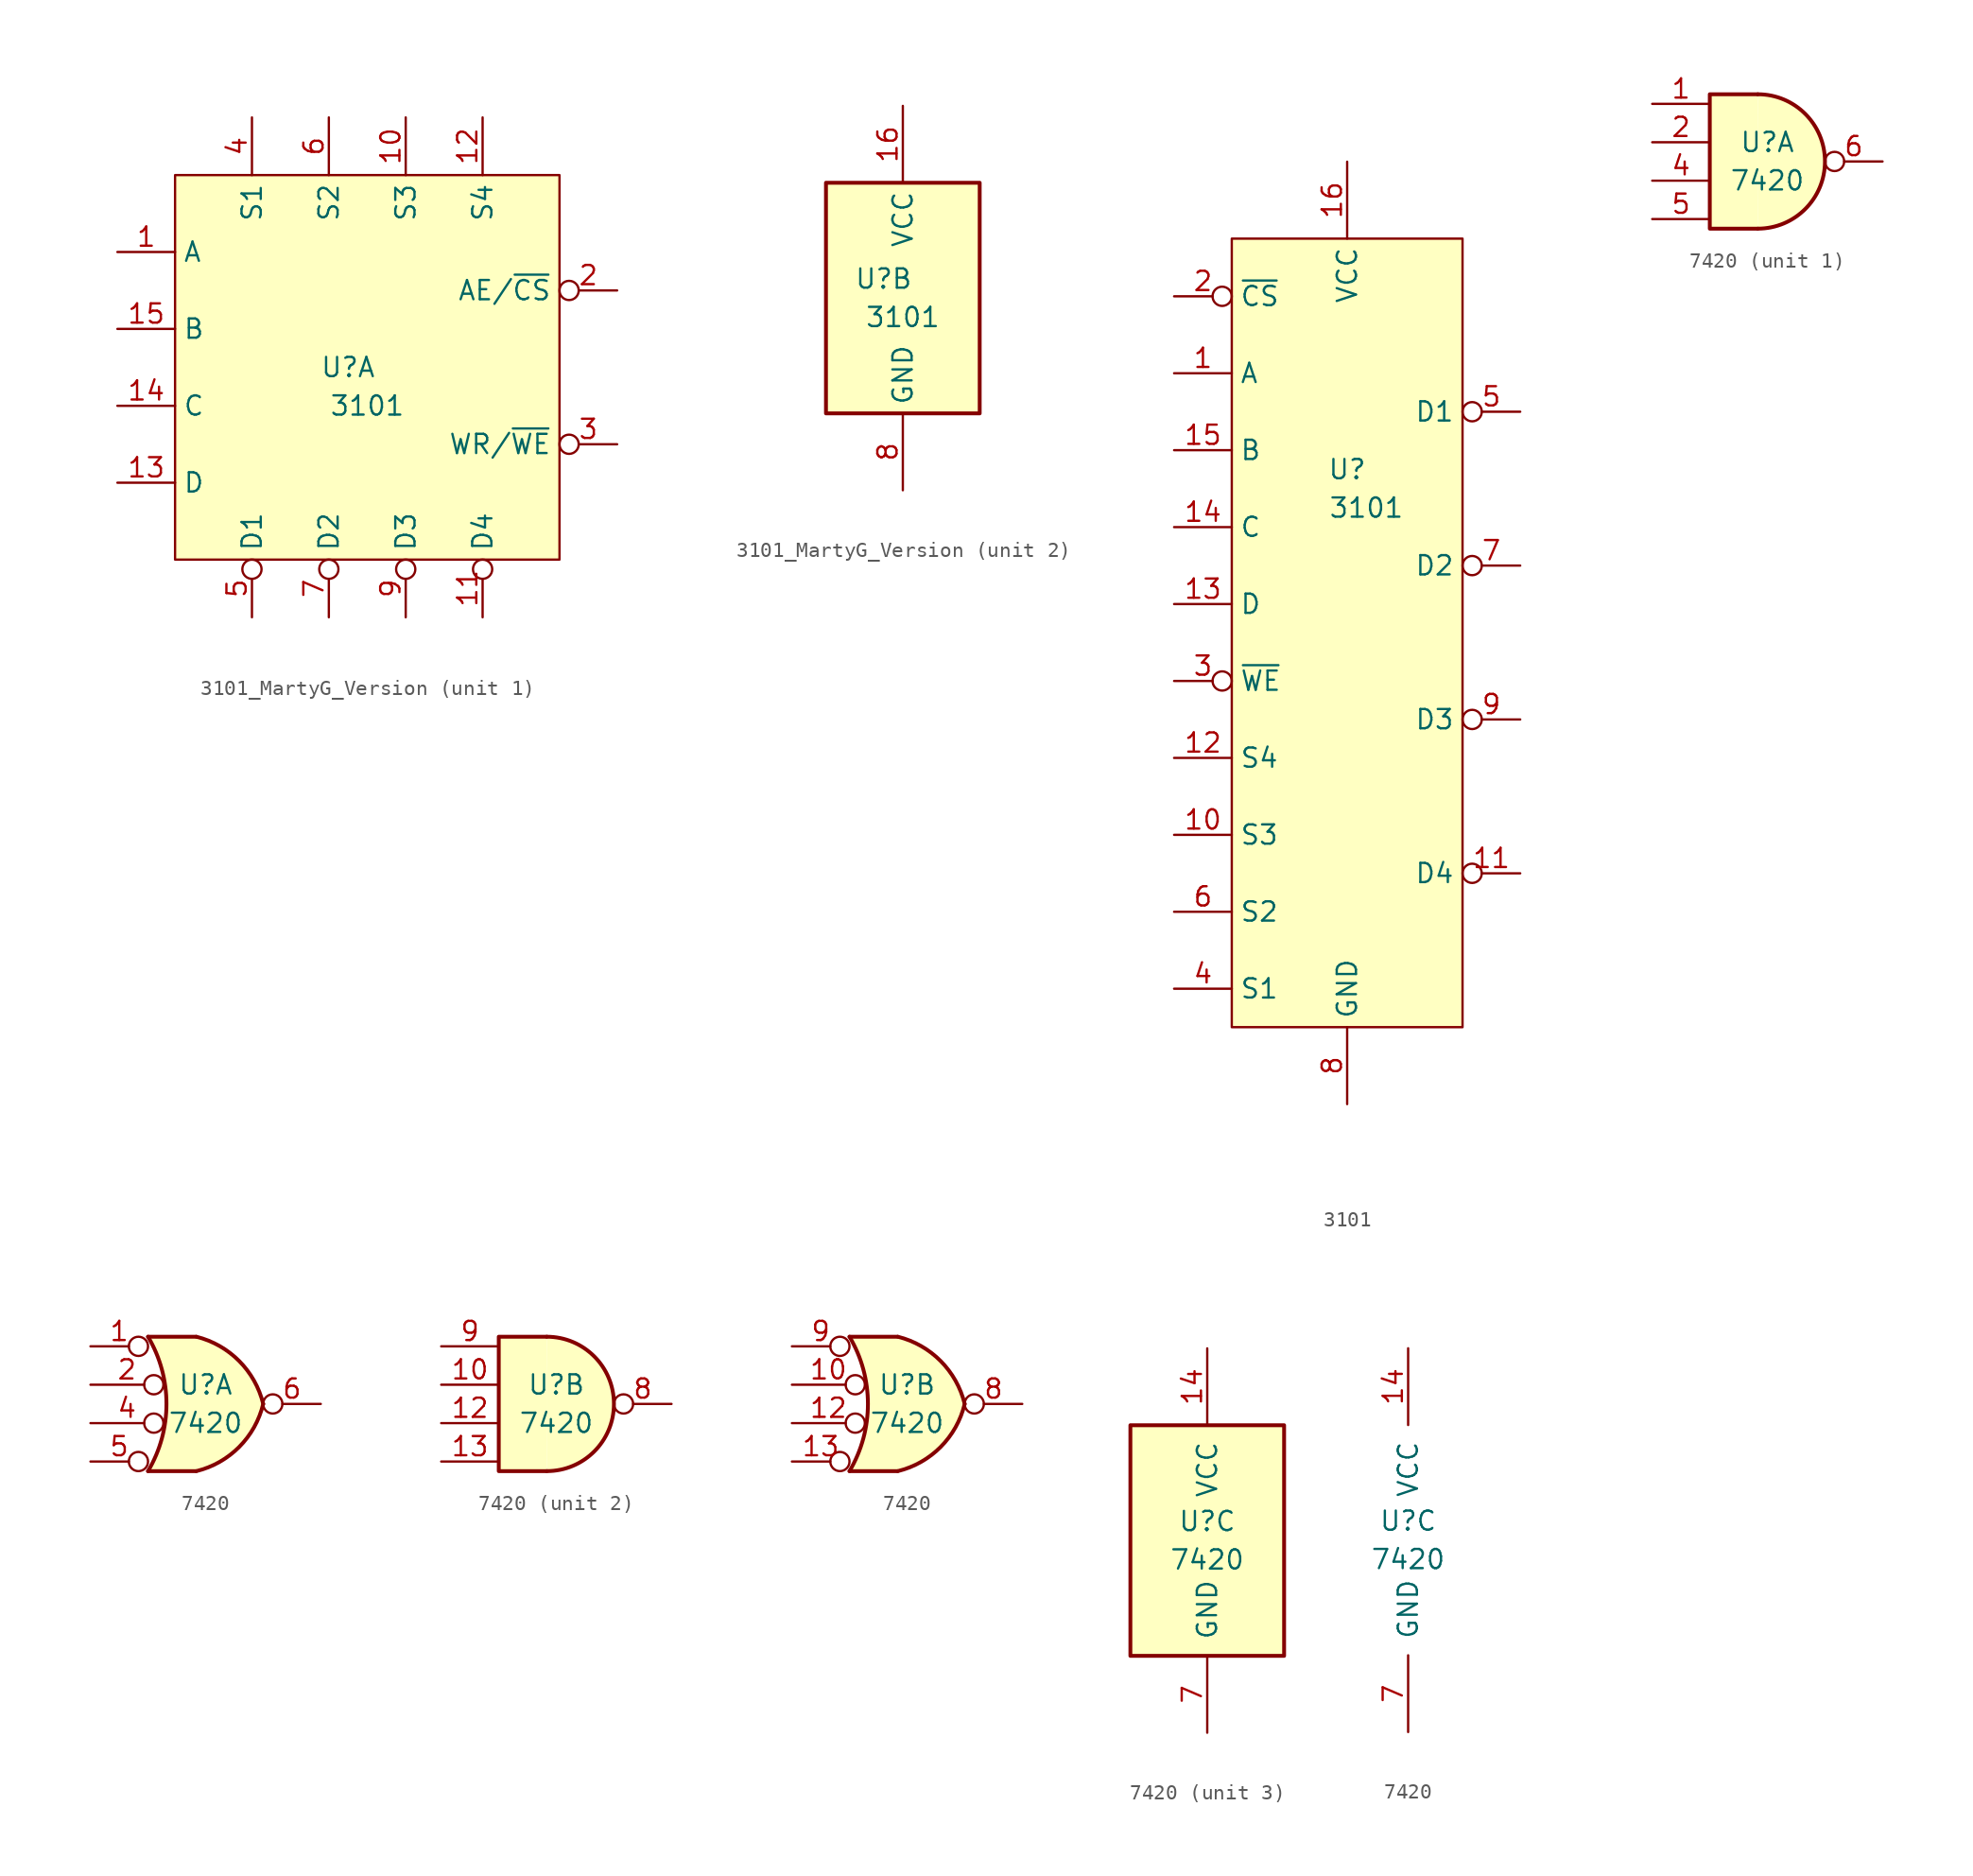
<source format=kicad_sym>
(kicad_symbol_lib
  (version 20220914)
  (generator kicad_symbol_editor)
  (symbol "3101_MartyG_Version"
    (property "Reference" "U"
      (at -1.27 0 0)
      (effects (font (size 1.27 1.27))))
    (property "Value" "3101"
      (at 0 -2.54 0)
      (effects (font (size 1.27 1.27))))
    (property "ki_locked" ""
      (at 0 0 0)
      (effects (font (size 1.27 1.27))))
    (symbol "3101_MartyG_Version_1_1"
      (rectangle (start -12.7 12.7) (end 12.7 -12.7) (stroke (width 0) (type default)) (fill (type background)))
      (pin input line (at -16.51 7.62 0) (length 3.81) (name "A" (effects (font (size 1.27 1.27)))) (number "1" (effects (font (size 1.27 1.27)))))
      (pin input line (at 2.54 16.51 270) (length 3.81) (name "S3" (effects (font (size 1.27 1.27)))) (number "10" (effects (font (size 1.27 1.27)))))
      (pin output inverted (at 7.62 -16.51 90) (length 3.81) (name "D4" (effects (font (size 1.27 1.27)))) (number "11" (effects (font (size 1.27 1.27)))))
      (pin input line (at 7.62 16.51 270) (length 3.81) (name "S4" (effects (font (size 1.27 1.27)))) (number "12" (effects (font (size 1.27 1.27)))))
      (pin input line (at -16.51 -7.62 0) (length 3.81) (name "D" (effects (font (size 1.27 1.27)))) (number "13" (effects (font (size 1.27 1.27)))))
      (pin input line (at -16.51 -2.54 0) (length 3.81) (name "C" (effects (font (size 1.27 1.27)))) (number "14" (effects (font (size 1.27 1.27)))))
      (pin input line (at -16.51 2.54 0) (length 3.81) (name "B" (effects (font (size 1.27 1.27)))) (number "15" (effects (font (size 1.27 1.27)))))
      (pin input inverted (at 16.51 5.08 180) (length 3.81) (name "AE/~{CS}" (effects (font (size 1.27 1.27)))) (number "2" (effects (font (size 1.27 1.27)))))
      (pin input inverted (at 16.51 -5.08 180) (length 3.81) (name "WR/~{WE}" (effects (font (size 1.27 1.27)))) (number "3" (effects (font (size 1.27 1.27)))))
      (pin input line (at -7.62 16.51 270) (length 3.81) (name "S1" (effects (font (size 1.27 1.27)))) (number "4" (effects (font (size 1.27 1.27)))))
      (pin output inverted (at -7.62 -16.51 90) (length 3.81) (name "D1" (effects (font (size 1.27 1.27)))) (number "5" (effects (font (size 1.27 1.27)))))
      (pin input line (at -2.54 16.51 270) (length 3.81) (name "S2" (effects (font (size 1.27 1.27)))) (number "6" (effects (font (size 1.27 1.27)))))
      (pin output inverted (at -2.54 -16.51 90) (length 3.81) (name "D2" (effects (font (size 1.27 1.27)))) (number "7" (effects (font (size 1.27 1.27)))))
      (pin output inverted (at 2.54 -16.51 90) (length 3.81) (name "D3" (effects (font (size 1.27 1.27)))) (number "9" (effects (font (size 1.27 1.27))))))
    (symbol "3101_MartyG_Version_2_0"
      (pin power_in line (at 0 11.43 270) (length 5.08) (name "VCC" (effects (font (size 1.27 1.27)))) (number "16" (effects (font (size 1.27 1.27)))))
      (pin power_in line (at 0 -13.97 90) (length 5.08) (name "GND" (effects (font (size 1.27 1.27)))) (number "8" (effects (font (size 1.27 1.27))))))
    (symbol "3101_MartyG_Version_2_1"
      (rectangle (start -5.08 6.35) (end 5.08 -8.89) (stroke (width 0.254) (type default)) (fill (type background)))))
  (symbol "3101"
    (property "Reference" "U"
      (at 0 11.43 0)
      (effects (font (size 1.27 1.27))))
    (property "Value" "3101"
      (at 1.27 8.89 0)
      (effects (font (size 1.27 1.27))))
    (symbol "3101_0_1"
      (rectangle (start -7.62 26.67) (end 7.62 -25.4) (stroke (width 0) (type default)) (fill (type background))))
    (symbol "3101_1_0"
      (pin power_in line (at 0 31.75 270) (length 5.08) (name "VCC" (effects (font (size 1.27 1.27)))) (number "16" (effects (font (size 1.27 1.27)))))
      (pin power_in line (at 0 -30.48 90) (length 5.08) (name "GND" (effects (font (size 1.27 1.27)))) (number "8" (effects (font (size 1.27 1.27))))))
    (symbol "3101_1_1"
      (pin input line (at -11.43 17.78 0) (length 3.81) (name "A" (effects (font (size 1.27 1.27)))) (number "1" (effects (font (size 1.27 1.27)))))
      (pin input line (at -11.43 -12.7 0) (length 3.81) (name "S3" (effects (font (size 1.27 1.27)))) (number "10" (effects (font (size 1.27 1.27)))))
      (pin output inverted (at 11.43 -15.24 180) (length 3.81) (name "D4" (effects (font (size 1.27 1.27)))) (number "11" (effects (font (size 1.27 1.27)))))
      (pin input line (at -11.43 -7.62 0) (length 3.81) (name "S4" (effects (font (size 1.27 1.27)))) (number "12" (effects (font (size 1.27 1.27)))))
      (pin input line (at -11.43 2.54 0) (length 3.81) (name "D" (effects (font (size 1.27 1.27)))) (number "13" (effects (font (size 1.27 1.27)))))
      (pin input line (at -11.43 7.62 0) (length 3.81) (name "C" (effects (font (size 1.27 1.27)))) (number "14" (effects (font (size 1.27 1.27)))))
      (pin input line (at -11.43 12.7 0) (length 3.81) (name "B" (effects (font (size 1.27 1.27)))) (number "15" (effects (font (size 1.27 1.27)))))
      (pin input inverted (at -11.43 22.86 0) (length 3.81) (name "~{CS}" (effects (font (size 1.27 1.27)))) (number "2" (effects (font (size 1.27 1.27)))))
      (pin input inverted (at -11.43 -2.54 0) (length 3.81) (name "~{WE}" (effects (font (size 1.27 1.27)))) (number "3" (effects (font (size 1.27 1.27)))))
      (pin input line (at -11.43 -22.86 0) (length 3.81) (name "S1" (effects (font (size 1.27 1.27)))) (number "4" (effects (font (size 1.27 1.27)))))
      (pin output inverted (at 11.43 15.24 180) (length 3.81) (name "D1" (effects (font (size 1.27 1.27)))) (number "5" (effects (font (size 1.27 1.27)))))
      (pin input line (at -11.43 -17.78 0) (length 3.81) (name "S2" (effects (font (size 1.27 1.27)))) (number "6" (effects (font (size 1.27 1.27)))))
      (pin output inverted (at 11.43 5.08 180) (length 3.81) (name "D2" (effects (font (size 1.27 1.27)))) (number "7" (effects (font (size 1.27 1.27)))))
      (pin output inverted (at 11.43 -5.08 180) (length 3.81) (name "D3" (effects (font (size 1.27 1.27)))) (number "9" (effects (font (size 1.27 1.27)))))))
  (symbol "7420"
    (pin_names
      (offset 1.016))
    (property "Reference" "U"
      (at 0 1.27 0)
      (effects (font (size 1.27 1.27))))
    (property "Value" "7420"
      (at 0 -1.27 0)
      (effects (font (size 1.27 1.27))))
    (property "ki_locked" ""
      (at 0 0 0)
      (effects (font (size 1.27 1.27))))
    (symbol "7420_1_1"
      (arc (start -0.635 -4.445) (mid 3.7907 0) (end -0.635 4.445) (stroke (width 0.254) (type default)) (fill (type background)))
      (polyline (pts (xy -0.635 4.445) (xy -3.81 4.445) (xy -3.81 -4.445) (xy -0.635 -4.445)) (stroke (width 0.254) (type default)) (fill (type background)))
      (pin input line (at -7.62 3.81 0) (length 3.81) (name "~" (effects (font (size 1.27 1.27)))) (number "1" (effects (font (size 1.27 1.27)))))
      (pin input line (at -7.62 1.27 0) (length 3.81) (name "~" (effects (font (size 1.27 1.27)))) (number "2" (effects (font (size 1.27 1.27)))))
      (pin input line (at -7.62 -1.27 0) (length 3.81) (name "~" (effects (font (size 1.27 1.27)))) (number "4" (effects (font (size 1.27 1.27)))))
      (pin input line (at -7.62 -3.81 0) (length 3.81) (name "~" (effects (font (size 1.27 1.27)))) (number "5" (effects (font (size 1.27 1.27)))))
      (pin output inverted (at 7.62 0 180) (length 3.81) (name "~" (effects (font (size 1.27 1.27)))) (number "6" (effects (font (size 1.27 1.27))))))
    (symbol "7420_1_2"
      (arc (start -3.81 -4.445) (mid -2.5908 0) (end -3.81 4.445) (stroke (width 0.254) (type default)) (fill (type none)))
      (arc (start -0.6096 -4.445) (mid 2.2246 -2.8422) (end 3.81 0) (stroke (width 0.254) (type default)) (fill (type background)))
      (polyline (pts (xy -3.81 -4.445) (xy -0.635 -4.445)) (stroke (width 0.254) (type default)) (fill (type background)))
      (polyline (pts (xy -3.81 4.445) (xy -0.635 4.445)) (stroke (width 0.254) (type default)) (fill (type background)))
      (polyline (pts (xy -0.635 4.445) (xy -3.81 4.445) (xy -3.81 4.445) (xy -3.632 4.089) (xy -3.099 2.921) (xy -2.769 1.676) (xy -2.616 0.432) (xy -2.642 -0.864) (xy -2.87 -2.108) (xy -3.251 -3.327) (xy -3.81 -4.445) (xy -3.81 -4.445) (xy -0.635 -4.445)) (stroke (width -25.4) (type default)) (fill (type background)))
      (arc (start 3.81 0) (mid 2.2204 2.8379) (end -0.6096 4.445) (stroke (width 0.254) (type default)) (fill (type background)))
      (pin input inverted (at -7.62 3.81 0) (length 3.81) (name "~" (effects (font (size 1.27 1.27)))) (number "1" (effects (font (size 1.27 1.27)))))
      (pin input inverted (at -7.62 1.27 0) (length 4.826) (name "~" (effects (font (size 1.27 1.27)))) (number "2" (effects (font (size 1.27 1.27)))))
      (pin input inverted (at -7.62 -1.27 0) (length 4.826) (name "~" (effects (font (size 1.27 1.27)))) (number "4" (effects (font (size 1.27 1.27)))))
      (pin input inverted (at -7.62 -3.81 0) (length 3.81) (name "~" (effects (font (size 1.27 1.27)))) (number "5" (effects (font (size 1.27 1.27)))))
      (pin output inverted (at 7.62 0 180) (length 3.81) (name "~" (effects (font (size 1.27 1.27)))) (number "6" (effects (font (size 1.27 1.27))))))
    (symbol "7420_2_1"
      (arc (start -0.635 -4.445) (mid 3.7907 0) (end -0.635 4.445) (stroke (width 0.254) (type default)) (fill (type background)))
      (polyline (pts (xy -0.635 4.445) (xy -3.81 4.445) (xy -3.81 -4.445) (xy -0.635 -4.445)) (stroke (width 0.254) (type default)) (fill (type background)))
      (pin input line (at -7.62 1.27 0) (length 3.81) (name "~" (effects (font (size 1.27 1.27)))) (number "10" (effects (font (size 1.27 1.27)))))
      (pin input line (at -7.62 -1.27 0) (length 3.81) (name "~" (effects (font (size 1.27 1.27)))) (number "12" (effects (font (size 1.27 1.27)))))
      (pin input line (at -7.62 -3.81 0) (length 3.81) (name "~" (effects (font (size 1.27 1.27)))) (number "13" (effects (font (size 1.27 1.27)))))
      (pin output inverted (at 7.62 0 180) (length 3.81) (name "~" (effects (font (size 1.27 1.27)))) (number "8" (effects (font (size 1.27 1.27)))))
      (pin input line (at -7.62 3.81 0) (length 3.81) (name "~" (effects (font (size 1.27 1.27)))) (number "9" (effects (font (size 1.27 1.27))))))
    (symbol "7420_2_2"
      (arc (start -3.81 -4.445) (mid -2.5908 0) (end -3.81 4.445) (stroke (width 0.254) (type default)) (fill (type none)))
      (arc (start -0.6096 -4.445) (mid 2.2246 -2.8422) (end 3.81 0) (stroke (width 0.254) (type default)) (fill (type background)))
      (polyline (pts (xy -3.81 -4.445) (xy -0.635 -4.445)) (stroke (width 0.254) (type default)) (fill (type background)))
      (polyline (pts (xy -3.81 4.445) (xy -0.635 4.445)) (stroke (width 0.254) (type default)) (fill (type background)))
      (polyline (pts (xy -0.635 4.445) (xy -3.81 4.445) (xy -3.81 4.445) (xy -3.632 4.089) (xy -3.099 2.921) (xy -2.769 1.676) (xy -2.616 0.432) (xy -2.642 -0.864) (xy -2.87 -2.108) (xy -3.251 -3.327) (xy -3.81 -4.445) (xy -3.81 -4.445) (xy -0.635 -4.445)) (stroke (width -25.4) (type default)) (fill (type background)))
      (arc (start 3.81 0) (mid 2.2204 2.8379) (end -0.6096 4.445) (stroke (width 0.254) (type default)) (fill (type background)))
      (pin input inverted (at -7.62 1.27 0) (length 4.826) (name "~" (effects (font (size 1.27 1.27)))) (number "10" (effects (font (size 1.27 1.27)))))
      (pin input inverted (at -7.62 -1.27 0) (length 4.826) (name "~" (effects (font (size 1.27 1.27)))) (number "12" (effects (font (size 1.27 1.27)))))
      (pin input inverted (at -7.62 -3.81 0) (length 3.81) (name "~" (effects (font (size 1.27 1.27)))) (number "13" (effects (font (size 1.27 1.27)))))
      (pin output inverted (at 7.62 0 180) (length 3.81) (name "~" (effects (font (size 1.27 1.27)))) (number "8" (effects (font (size 1.27 1.27)))))
      (pin input inverted (at -7.62 3.81 0) (length 3.81) (name "~" (effects (font (size 1.27 1.27)))) (number "9" (effects (font (size 1.27 1.27))))))
    (symbol "7420_3_0"
      (pin power_in line (at 0 12.7 270) (length 5.08) (name "VCC" (effects (font (size 1.27 1.27)))) (number "14" (effects (font (size 1.27 1.27)))))
      (pin power_in line (at 0 -12.7 90) (length 5.08) (name "GND" (effects (font (size 1.27 1.27)))) (number "7" (effects (font (size 1.27 1.27))))))
    (symbol "7420_3_1"
      (rectangle (start -5.08 7.62) (end 5.08 -7.62) (stroke (width 0.254) (type default)) (fill (type background))))))
</source>
